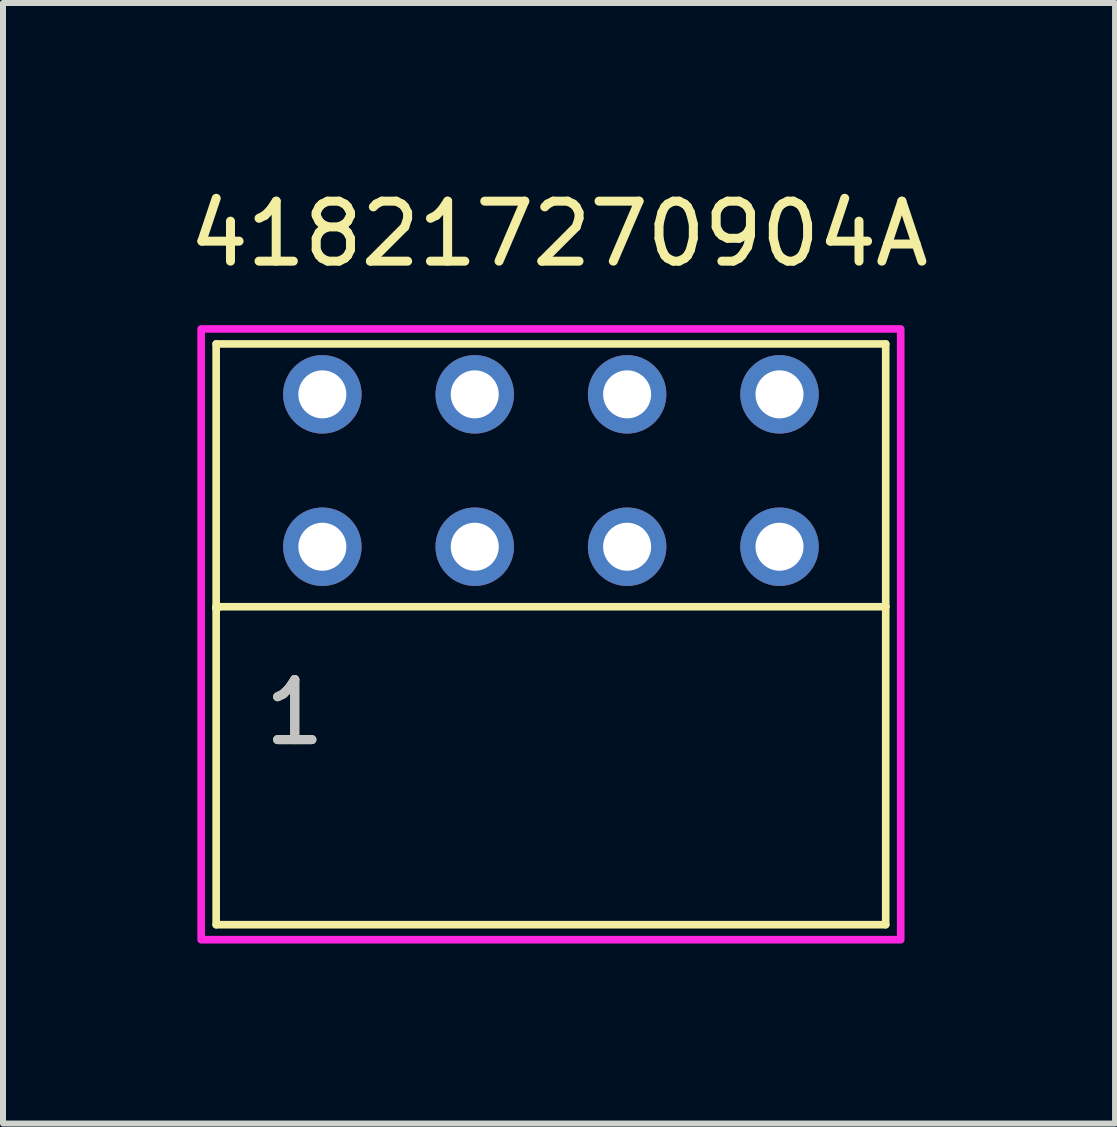
<source format=kicad_pcb>
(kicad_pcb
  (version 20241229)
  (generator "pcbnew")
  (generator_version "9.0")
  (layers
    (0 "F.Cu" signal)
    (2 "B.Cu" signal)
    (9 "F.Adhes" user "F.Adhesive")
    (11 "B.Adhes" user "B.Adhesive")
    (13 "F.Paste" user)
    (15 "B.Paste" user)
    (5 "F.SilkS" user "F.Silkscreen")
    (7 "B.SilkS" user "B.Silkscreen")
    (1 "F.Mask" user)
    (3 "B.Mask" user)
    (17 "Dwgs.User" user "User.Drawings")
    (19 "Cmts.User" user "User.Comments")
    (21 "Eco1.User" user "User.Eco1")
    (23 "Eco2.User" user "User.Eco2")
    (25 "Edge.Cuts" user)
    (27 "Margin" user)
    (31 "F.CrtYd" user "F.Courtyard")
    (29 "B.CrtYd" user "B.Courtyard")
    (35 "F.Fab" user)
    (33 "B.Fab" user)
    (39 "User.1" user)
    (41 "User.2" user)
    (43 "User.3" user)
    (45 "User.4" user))
  (footprint "418217270904A"
    (layer "F.Cu")
    (at 6.133 4.793)
    (property "Reference" "418217270904A" (at 0.135 -3.945 0) (layer "F.SilkS") (effects (font (size 1 1) (thickness 0.15))))
    (attr through_hole)
    (fp_line (start -5.58 -2.11) (end 5.58 -2.11) (stroke (width 0.127) (type solid)) (layer "F.SilkS"))
    (fp_line (start -5.58 2.27) (end -5.58 -2.11) (stroke (width 0.127) (type solid)) (layer "F.SilkS"))
    (fp_line (start -5.58 2.27) (end 5.58 2.27) (stroke (width 0.127) (type solid)) (layer "F.SilkS"))
    (fp_line (start -5.58 2.3) (end -5.58 2.27) (stroke (width 0.127) (type solid)) (layer "F.SilkS"))
    (fp_line (start -5.58 7.57) (end -5.58 2.3) (stroke (width 0.127) (type solid)) (layer "F.SilkS"))
    (fp_line (start -5.56 2.3) (end -5.58 2.3) (stroke (width 0.127) (type solid)) (layer "F.SilkS"))
    (fp_line (start 5.58 -2.11) (end 5.58 2.27) (stroke (width 0.127) (type solid)) (layer "F.SilkS"))
    (fp_line (start 5.58 2.27) (end 5.58 7.57) (stroke (width 0.127) (type solid)) (layer "F.SilkS"))
    (fp_line (start 5.58 7.57) (end -5.58 7.57) (stroke (width 0.127) (type solid)) (layer "F.SilkS"))
    (fp_poly (pts (xy -5.83 -2.36) (xy 5.83 -2.36) (xy 5.83 7.82) (xy -5.83 7.82)) (stroke (width 0.127) (type solid)) (fill no) (layer "F.CrtYd"))
    (fp_text user "1" (at -4.27 4.03 0) (layer "F.SilkS") (effects (font (size 1 1) (thickness 0.15))))
    (fp_text user "1" (at -4.27 4.03 0) (layer "Dwgs.User") (effects (font (size 1 1) (thickness 0.15))))
    (pad "1" thru_hole circle (at -3.81 1.27) (size 1.308 1.308) (drill 0.8) (layers "*.Cu" "*.Mask"))
    (pad "2" thru_hole circle (at -1.27 1.27) (size 1.308 1.308) (drill 0.8) (layers "*.Cu" "*.Mask"))
    (pad "3" thru_hole circle (at 1.27 1.27) (size 1.308 1.308) (drill 0.8) (layers "*.Cu" "*.Mask"))
    (pad "4" thru_hole circle (at 3.81 1.27) (size 1.308 1.308) (drill 0.8) (layers "*.Cu" "*.Mask"))
    (pad "A1" thru_hole circle (at -3.81 -1.27) (size 1.308 1.308) (drill 0.8) (layers "*.Cu" "*.Mask"))
    (pad "A2" thru_hole circle (at -1.27 -1.27) (size 1.308 1.308) (drill 0.8) (layers "*.Cu" "*.Mask"))
    (pad "A3" thru_hole circle (at 1.27 -1.27) (size 1.308 1.308) (drill 0.8) (layers "*.Cu" "*.Mask"))
    (pad "A4" thru_hole circle (at 3.81 -1.27) (size 1.308 1.308) (drill 0.8) (layers "*.Cu" "*.Mask")))
  (gr_rect
    (start -3 -3)
    (end 15.536 15.677)
    (stroke (width 0.1) (type default))
    (fill no)
    (layer "Edge.Cuts")))
</source>
